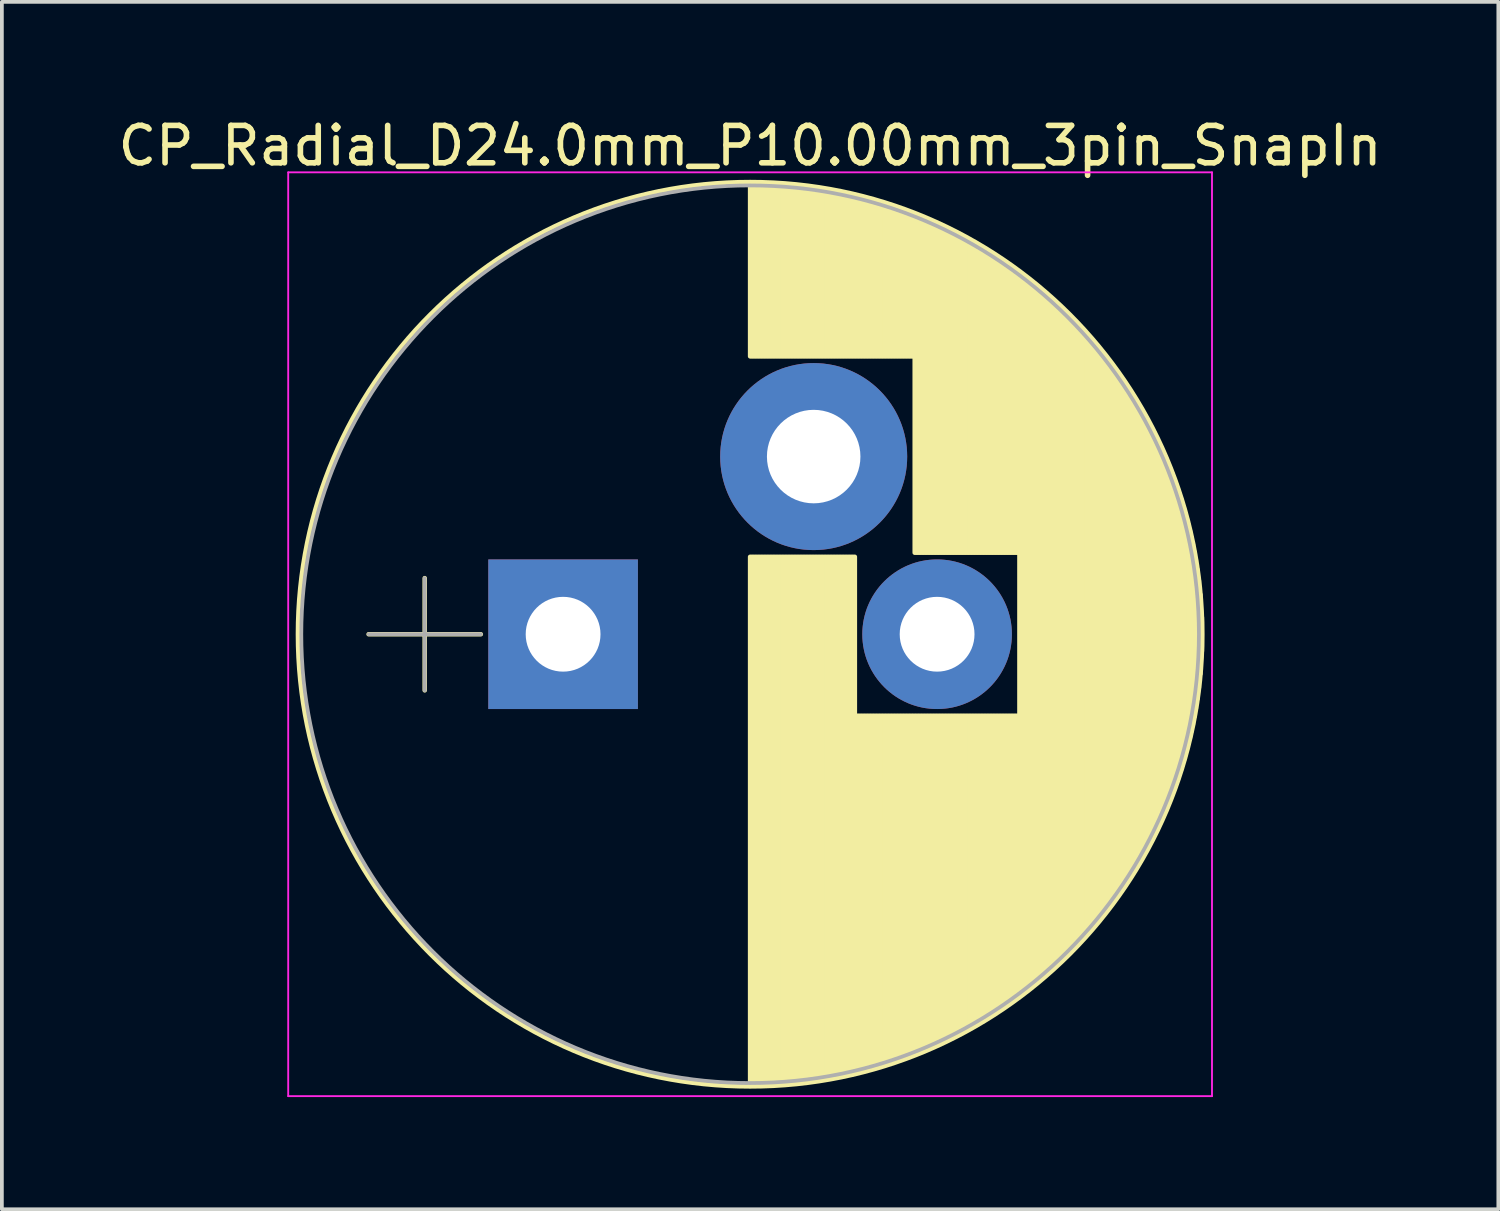
<source format=kicad_pcb>
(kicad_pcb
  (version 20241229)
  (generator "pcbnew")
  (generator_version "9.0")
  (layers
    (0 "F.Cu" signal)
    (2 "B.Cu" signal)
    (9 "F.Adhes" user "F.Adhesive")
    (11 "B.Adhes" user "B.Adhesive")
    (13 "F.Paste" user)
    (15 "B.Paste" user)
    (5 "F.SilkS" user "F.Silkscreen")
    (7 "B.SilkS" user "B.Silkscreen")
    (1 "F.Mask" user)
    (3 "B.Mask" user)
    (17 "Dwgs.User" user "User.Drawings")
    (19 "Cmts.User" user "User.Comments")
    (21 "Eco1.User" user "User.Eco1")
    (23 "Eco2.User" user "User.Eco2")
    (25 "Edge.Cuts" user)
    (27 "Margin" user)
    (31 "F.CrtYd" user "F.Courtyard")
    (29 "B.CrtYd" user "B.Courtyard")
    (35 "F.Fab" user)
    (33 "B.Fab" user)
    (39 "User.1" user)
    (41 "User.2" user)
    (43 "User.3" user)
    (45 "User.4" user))
  (footprint "CP_Radial_D24.0mm_P10.00mm_3pin_SnapIn"
    (layer "F.Cu")
    (at 12.006 13.908)
    (property "Reference" "CP_Radial_D24.0mm_P10.00mm_3pin_SnapIn" (at 5 -13.06 0) (layer "F.SilkS") (effects (font (size 1 1) (thickness 0.15))))
    (attr through_hole)
    (fp_line (start -5.2 0) (end -2.2 0) (stroke (width 0.12) (type solid)) (layer "F.SilkS"))
    (fp_line (start -3.7 -1.5) (end -3.7 1.5) (stroke (width 0.12) (type solid)) (layer "F.SilkS"))
    (fp_line (start 5 -12.05) (end 5 -7.43) (stroke (width 0.12) (type solid)) (layer "F.SilkS"))
    (fp_line (start 5 -2.07) (end 5 12.05) (stroke (width 0.12) (type solid)) (layer "F.SilkS"))
    (fp_line (start 5.04 -12.05) (end 5.04 -7.43) (stroke (width 0.12) (type solid)) (layer "F.SilkS"))
    (fp_line (start 5.04 -2.07) (end 5.04 12.05) (stroke (width 0.12) (type solid)) (layer "F.SilkS"))
    (fp_line (start 5.08 -12.05) (end 5.08 -7.43) (stroke (width 0.12) (type solid)) (layer "F.SilkS"))
    (fp_line (start 5.08 -2.07) (end 5.08 12.05) (stroke (width 0.12) (type solid)) (layer "F.SilkS"))
    (fp_line (start 5.12 -12.05) (end 5.12 -7.43) (stroke (width 0.12) (type solid)) (layer "F.SilkS"))
    (fp_line (start 5.12 -2.07) (end 5.12 12.05) (stroke (width 0.12) (type solid)) (layer "F.SilkS"))
    (fp_line (start 5.16 -12.049) (end 5.16 -7.43) (stroke (width 0.12) (type solid)) (layer "F.SilkS"))
    (fp_line (start 5.16 -2.07) (end 5.16 12.049) (stroke (width 0.12) (type solid)) (layer "F.SilkS"))
    (fp_line (start 5.2 -12.049) (end 5.2 -7.43) (stroke (width 0.12) (type solid)) (layer "F.SilkS"))
    (fp_line (start 5.2 -2.07) (end 5.2 12.049) (stroke (width 0.12) (type solid)) (layer "F.SilkS"))
    (fp_line (start 5.24 -12.048) (end 5.24 -7.43) (stroke (width 0.12) (type solid)) (layer "F.SilkS"))
    (fp_line (start 5.24 -2.07) (end 5.24 12.048) (stroke (width 0.12) (type solid)) (layer "F.SilkS"))
    (fp_line (start 5.28 -12.047) (end 5.28 -7.43) (stroke (width 0.12) (type solid)) (layer "F.SilkS"))
    (fp_line (start 5.28 -2.07) (end 5.28 12.047) (stroke (width 0.12) (type solid)) (layer "F.SilkS"))
    (fp_line (start 5.32 -12.046) (end 5.32 -7.43) (stroke (width 0.12) (type solid)) (layer "F.SilkS"))
    (fp_line (start 5.32 -2.07) (end 5.32 12.046) (stroke (width 0.12) (type solid)) (layer "F.SilkS"))
    (fp_line (start 5.36 -12.045) (end 5.36 -7.43) (stroke (width 0.12) (type solid)) (layer "F.SilkS"))
    (fp_line (start 5.36 -2.07) (end 5.36 12.045) (stroke (width 0.12) (type solid)) (layer "F.SilkS"))
    (fp_line (start 5.4 -12.044) (end 5.4 -7.43) (stroke (width 0.12) (type solid)) (layer "F.SilkS"))
    (fp_line (start 5.4 -2.07) (end 5.4 12.044) (stroke (width 0.12) (type solid)) (layer "F.SilkS"))
    (fp_line (start 5.44 -12.042) (end 5.44 -7.43) (stroke (width 0.12) (type solid)) (layer "F.SilkS"))
    (fp_line (start 5.44 -2.07) (end 5.44 12.042) (stroke (width 0.12) (type solid)) (layer "F.SilkS"))
    (fp_line (start 5.48 -12.041) (end 5.48 -7.43) (stroke (width 0.12) (type solid)) (layer "F.SilkS"))
    (fp_line (start 5.48 -2.07) (end 5.48 12.041) (stroke (width 0.12) (type solid)) (layer "F.SilkS"))
    (fp_line (start 5.52 -12.039) (end 5.52 -7.43) (stroke (width 0.12) (type solid)) (layer "F.SilkS"))
    (fp_line (start 5.52 -2.07) (end 5.52 12.039) (stroke (width 0.12) (type solid)) (layer "F.SilkS"))
    (fp_line (start 5.56 -12.038) (end 5.56 -7.43) (stroke (width 0.12) (type solid)) (layer "F.SilkS"))
    (fp_line (start 5.56 -2.07) (end 5.56 12.038) (stroke (width 0.12) (type solid)) (layer "F.SilkS"))
    (fp_line (start 5.6 -12.036) (end 5.6 -7.43) (stroke (width 0.12) (type solid)) (layer "F.SilkS"))
    (fp_line (start 5.6 -2.07) (end 5.6 12.036) (stroke (width 0.12) (type solid)) (layer "F.SilkS"))
    (fp_line (start 5.64 -12.034) (end 5.64 -7.43) (stroke (width 0.12) (type solid)) (layer "F.SilkS"))
    (fp_line (start 5.64 -2.07) (end 5.64 12.034) (stroke (width 0.12) (type solid)) (layer "F.SilkS"))
    (fp_line (start 5.68 -12.031) (end 5.68 -7.43) (stroke (width 0.12) (type solid)) (layer "F.SilkS"))
    (fp_line (start 5.68 -2.07) (end 5.68 12.031) (stroke (width 0.12) (type solid)) (layer "F.SilkS"))
    (fp_line (start 5.721 -12.029) (end 5.721 -7.43) (stroke (width 0.12) (type solid)) (layer "F.SilkS"))
    (fp_line (start 5.721 -2.07) (end 5.721 12.029) (stroke (width 0.12) (type solid)) (layer "F.SilkS"))
    (fp_line (start 5.761 -12.027) (end 5.761 -7.43) (stroke (width 0.12) (type solid)) (layer "F.SilkS"))
    (fp_line (start 5.761 -2.07) (end 5.761 12.027) (stroke (width 0.12) (type solid)) (layer "F.SilkS"))
    (fp_line (start 5.801 -12.024) (end 5.801 -7.43) (stroke (width 0.12) (type solid)) (layer "F.SilkS"))
    (fp_line (start 5.801 -2.07) (end 5.801 12.024) (stroke (width 0.12) (type solid)) (layer "F.SilkS"))
    (fp_line (start 5.841 -12.021) (end 5.841 -7.43) (stroke (width 0.12) (type solid)) (layer "F.SilkS"))
    (fp_line (start 5.841 -2.07) (end 5.841 12.021) (stroke (width 0.12) (type solid)) (layer "F.SilkS"))
    (fp_line (start 5.881 -12.018) (end 5.881 -7.43) (stroke (width 0.12) (type solid)) (layer "F.SilkS"))
    (fp_line (start 5.881 -2.07) (end 5.881 12.018) (stroke (width 0.12) (type solid)) (layer "F.SilkS"))
    (fp_line (start 5.921 -12.015) (end 5.921 -7.43) (stroke (width 0.12) (type solid)) (layer "F.SilkS"))
    (fp_line (start 5.921 -2.07) (end 5.921 12.015) (stroke (width 0.12) (type solid)) (layer "F.SilkS"))
    (fp_line (start 5.961 -12.012) (end 5.961 -7.43) (stroke (width 0.12) (type solid)) (layer "F.SilkS"))
    (fp_line (start 5.961 -2.07) (end 5.961 12.012) (stroke (width 0.12) (type solid)) (layer "F.SilkS"))
    (fp_line (start 6.001 -12.009) (end 6.001 -7.43) (stroke (width 0.12) (type solid)) (layer "F.SilkS"))
    (fp_line (start 6.001 -2.07) (end 6.001 12.009) (stroke (width 0.12) (type solid)) (layer "F.SilkS"))
    (fp_line (start 6.041 -12.006) (end 6.041 -7.43) (stroke (width 0.12) (type solid)) (layer "F.SilkS"))
    (fp_line (start 6.041 -2.07) (end 6.041 12.006) (stroke (width 0.12) (type solid)) (layer "F.SilkS"))
    (fp_line (start 6.081 -12.002) (end 6.081 -7.43) (stroke (width 0.12) (type solid)) (layer "F.SilkS"))
    (fp_line (start 6.081 -2.07) (end 6.081 12.002) (stroke (width 0.12) (type solid)) (layer "F.SilkS"))
    (fp_line (start 6.121 -11.999) (end 6.121 -7.43) (stroke (width 0.12) (type solid)) (layer "F.SilkS"))
    (fp_line (start 6.121 -2.07) (end 6.121 11.999) (stroke (width 0.12) (type solid)) (layer "F.SilkS"))
    (fp_line (start 6.161 -11.995) (end 6.161 -7.43) (stroke (width 0.12) (type solid)) (layer "F.SilkS"))
    (fp_line (start 6.161 -2.07) (end 6.161 11.995) (stroke (width 0.12) (type solid)) (layer "F.SilkS"))
    (fp_line (start 6.201 -11.991) (end 6.201 -7.43) (stroke (width 0.12) (type solid)) (layer "F.SilkS"))
    (fp_line (start 6.201 -2.07) (end 6.201 11.991) (stroke (width 0.12) (type solid)) (layer "F.SilkS"))
    (fp_line (start 6.241 -11.987) (end 6.241 -7.43) (stroke (width 0.12) (type solid)) (layer "F.SilkS"))
    (fp_line (start 6.241 -2.07) (end 6.241 11.987) (stroke (width 0.12) (type solid)) (layer "F.SilkS"))
    (fp_line (start 6.281 -11.983) (end 6.281 -7.43) (stroke (width 0.12) (type solid)) (layer "F.SilkS"))
    (fp_line (start 6.281 -2.07) (end 6.281 11.983) (stroke (width 0.12) (type solid)) (layer "F.SilkS"))
    (fp_line (start 6.321 -11.978) (end 6.321 -7.43) (stroke (width 0.12) (type solid)) (layer "F.SilkS"))
    (fp_line (start 6.321 -2.07) (end 6.321 11.978) (stroke (width 0.12) (type solid)) (layer "F.SilkS"))
    (fp_line (start 6.361 -11.974) (end 6.361 -7.43) (stroke (width 0.12) (type solid)) (layer "F.SilkS"))
    (fp_line (start 6.361 -2.07) (end 6.361 11.974) (stroke (width 0.12) (type solid)) (layer "F.SilkS"))
    (fp_line (start 6.401 -11.969) (end 6.401 -7.43) (stroke (width 0.12) (type solid)) (layer "F.SilkS"))
    (fp_line (start 6.401 -2.07) (end 6.401 11.969) (stroke (width 0.12) (type solid)) (layer "F.SilkS"))
    (fp_line (start 6.441 -11.964) (end 6.441 -7.43) (stroke (width 0.12) (type solid)) (layer "F.SilkS"))
    (fp_line (start 6.441 -2.07) (end 6.441 11.964) (stroke (width 0.12) (type solid)) (layer "F.SilkS"))
    (fp_line (start 6.481 -11.96) (end 6.481 -7.43) (stroke (width 0.12) (type solid)) (layer "F.SilkS"))
    (fp_line (start 6.481 -2.07) (end 6.481 11.96) (stroke (width 0.12) (type solid)) (layer "F.SilkS"))
    (fp_line (start 6.521 -11.955) (end 6.521 -7.43) (stroke (width 0.12) (type solid)) (layer "F.SilkS"))
    (fp_line (start 6.521 -2.07) (end 6.521 11.955) (stroke (width 0.12) (type solid)) (layer "F.SilkS"))
    (fp_line (start 6.561 -11.949) (end 6.561 -7.43) (stroke (width 0.12) (type solid)) (layer "F.SilkS"))
    (fp_line (start 6.561 -2.07) (end 6.561 11.949) (stroke (width 0.12) (type solid)) (layer "F.SilkS"))
    (fp_line (start 6.601 -11.944) (end 6.601 -7.43) (stroke (width 0.12) (type solid)) (layer "F.SilkS"))
    (fp_line (start 6.601 -2.07) (end 6.601 11.944) (stroke (width 0.12) (type solid)) (layer "F.SilkS"))
    (fp_line (start 6.641 -11.939) (end 6.641 -7.43) (stroke (width 0.12) (type solid)) (layer "F.SilkS"))
    (fp_line (start 6.641 -2.07) (end 6.641 11.939) (stroke (width 0.12) (type solid)) (layer "F.SilkS"))
    (fp_line (start 6.681 -11.933) (end 6.681 -7.43) (stroke (width 0.12) (type solid)) (layer "F.SilkS"))
    (fp_line (start 6.681 -2.07) (end 6.681 11.933) (stroke (width 0.12) (type solid)) (layer "F.SilkS"))
    (fp_line (start 6.721 -11.928) (end 6.721 -7.43) (stroke (width 0.12) (type solid)) (layer "F.SilkS"))
    (fp_line (start 6.721 -2.07) (end 6.721 11.928) (stroke (width 0.12) (type solid)) (layer "F.SilkS"))
    (fp_line (start 6.761 -11.922) (end 6.761 -7.43) (stroke (width 0.12) (type solid)) (layer "F.SilkS"))
    (fp_line (start 6.761 -2.07) (end 6.761 11.922) (stroke (width 0.12) (type solid)) (layer "F.SilkS"))
    (fp_line (start 6.801 -11.916) (end 6.801 -7.43) (stroke (width 0.12) (type solid)) (layer "F.SilkS"))
    (fp_line (start 6.801 -2.07) (end 6.801 11.916) (stroke (width 0.12) (type solid)) (layer "F.SilkS"))
    (fp_line (start 6.841 -11.91) (end 6.841 -7.43) (stroke (width 0.12) (type solid)) (layer "F.SilkS"))
    (fp_line (start 6.841 -2.07) (end 6.841 11.91) (stroke (width 0.12) (type solid)) (layer "F.SilkS"))
    (fp_line (start 6.881 -11.903) (end 6.881 -7.43) (stroke (width 0.12) (type solid)) (layer "F.SilkS"))
    (fp_line (start 6.881 -2.07) (end 6.881 11.903) (stroke (width 0.12) (type solid)) (layer "F.SilkS"))
    (fp_line (start 6.921 -11.897) (end 6.921 -7.43) (stroke (width 0.12) (type solid)) (layer "F.SilkS"))
    (fp_line (start 6.921 -2.07) (end 6.921 11.897) (stroke (width 0.12) (type solid)) (layer "F.SilkS"))
    (fp_line (start 6.961 -11.891) (end 6.961 -7.43) (stroke (width 0.12) (type solid)) (layer "F.SilkS"))
    (fp_line (start 6.961 -2.07) (end 6.961 11.891) (stroke (width 0.12) (type solid)) (layer "F.SilkS"))
    (fp_line (start 7.001 -11.884) (end 7.001 -7.43) (stroke (width 0.12) (type solid)) (layer "F.SilkS"))
    (fp_line (start 7.001 -2.07) (end 7.001 11.884) (stroke (width 0.12) (type solid)) (layer "F.SilkS"))
    (fp_line (start 7.041 -11.877) (end 7.041 -7.43) (stroke (width 0.12) (type solid)) (layer "F.SilkS"))
    (fp_line (start 7.041 -2.07) (end 7.041 11.877) (stroke (width 0.12) (type solid)) (layer "F.SilkS"))
    (fp_line (start 7.081 -11.87) (end 7.081 -7.43) (stroke (width 0.12) (type solid)) (layer "F.SilkS"))
    (fp_line (start 7.081 -2.07) (end 7.081 11.87) (stroke (width 0.12) (type solid)) (layer "F.SilkS"))
    (fp_line (start 7.121 -11.863) (end 7.121 -7.43) (stroke (width 0.12) (type solid)) (layer "F.SilkS"))
    (fp_line (start 7.121 -2.07) (end 7.121 11.863) (stroke (width 0.12) (type solid)) (layer "F.SilkS"))
    (fp_line (start 7.161 -11.856) (end 7.161 -7.43) (stroke (width 0.12) (type solid)) (layer "F.SilkS"))
    (fp_line (start 7.161 -2.07) (end 7.161 11.856) (stroke (width 0.12) (type solid)) (layer "F.SilkS"))
    (fp_line (start 7.201 -11.849) (end 7.201 -7.43) (stroke (width 0.12) (type solid)) (layer "F.SilkS"))
    (fp_line (start 7.201 -2.07) (end 7.201 11.849) (stroke (width 0.12) (type solid)) (layer "F.SilkS"))
    (fp_line (start 7.241 -11.841) (end 7.241 -7.43) (stroke (width 0.12) (type solid)) (layer "F.SilkS"))
    (fp_line (start 7.241 -2.07) (end 7.241 11.841) (stroke (width 0.12) (type solid)) (layer "F.SilkS"))
    (fp_line (start 7.281 -11.834) (end 7.281 -7.43) (stroke (width 0.12) (type solid)) (layer "F.SilkS"))
    (fp_line (start 7.281 -2.07) (end 7.281 11.834) (stroke (width 0.12) (type solid)) (layer "F.SilkS"))
    (fp_line (start 7.321 -11.826) (end 7.321 -7.43) (stroke (width 0.12) (type solid)) (layer "F.SilkS"))
    (fp_line (start 7.321 -2.07) (end 7.321 11.826) (stroke (width 0.12) (type solid)) (layer "F.SilkS"))
    (fp_line (start 7.361 -11.818) (end 7.361 -7.43) (stroke (width 0.12) (type solid)) (layer "F.SilkS"))
    (fp_line (start 7.361 -2.07) (end 7.361 11.818) (stroke (width 0.12) (type solid)) (layer "F.SilkS"))
    (fp_line (start 7.401 -11.81) (end 7.401 -7.43) (stroke (width 0.12) (type solid)) (layer "F.SilkS"))
    (fp_line (start 7.401 -2.07) (end 7.401 11.81) (stroke (width 0.12) (type solid)) (layer "F.SilkS"))
    (fp_line (start 7.441 -11.802) (end 7.441 -7.43) (stroke (width 0.12) (type solid)) (layer "F.SilkS"))
    (fp_line (start 7.441 -2.07) (end 7.441 11.802) (stroke (width 0.12) (type solid)) (layer "F.SilkS"))
    (fp_line (start 7.481 -11.793) (end 7.481 -7.43) (stroke (width 0.12) (type solid)) (layer "F.SilkS"))
    (fp_line (start 7.481 -2.07) (end 7.481 11.793) (stroke (width 0.12) (type solid)) (layer "F.SilkS"))
    (fp_line (start 7.521 -11.785) (end 7.521 -7.43) (stroke (width 0.12) (type solid)) (layer "F.SilkS"))
    (fp_line (start 7.521 -2.07) (end 7.521 11.785) (stroke (width 0.12) (type solid)) (layer "F.SilkS"))
    (fp_line (start 7.561 -11.776) (end 7.561 -7.43) (stroke (width 0.12) (type solid)) (layer "F.SilkS"))
    (fp_line (start 7.561 -2.07) (end 7.561 11.776) (stroke (width 0.12) (type solid)) (layer "F.SilkS"))
    (fp_line (start 7.601 -11.768) (end 7.601 -7.43) (stroke (width 0.12) (type solid)) (layer "F.SilkS"))
    (fp_line (start 7.601 -2.07) (end 7.601 11.768) (stroke (width 0.12) (type solid)) (layer "F.SilkS"))
    (fp_line (start 7.641 -11.759) (end 7.641 -7.43) (stroke (width 0.12) (type solid)) (layer "F.SilkS"))
    (fp_line (start 7.641 -2.07) (end 7.641 11.759) (stroke (width 0.12) (type solid)) (layer "F.SilkS"))
    (fp_line (start 7.681 -11.75) (end 7.681 -7.43) (stroke (width 0.12) (type solid)) (layer "F.SilkS"))
    (fp_line (start 7.681 -2.07) (end 7.681 11.75) (stroke (width 0.12) (type solid)) (layer "F.SilkS"))
    (fp_line (start 7.721 -11.741) (end 7.721 -7.43) (stroke (width 0.12) (type solid)) (layer "F.SilkS"))
    (fp_line (start 7.721 -2.07) (end 7.721 11.741) (stroke (width 0.12) (type solid)) (layer "F.SilkS"))
    (fp_line (start 7.761 -11.731) (end 7.761 -7.43) (stroke (width 0.12) (type solid)) (layer "F.SilkS"))
    (fp_line (start 7.761 -2.07) (end 7.761 11.731) (stroke (width 0.12) (type solid)) (layer "F.SilkS"))
    (fp_line (start 7.801 -11.722) (end 7.801 -7.43) (stroke (width 0.12) (type solid)) (layer "F.SilkS"))
    (fp_line (start 7.801 -2.07) (end 7.801 11.722) (stroke (width 0.12) (type solid)) (layer "F.SilkS"))
    (fp_line (start 7.841 -11.712) (end 7.841 -7.43) (stroke (width 0.12) (type solid)) (layer "F.SilkS"))
    (fp_line (start 7.841 2.18) (end 7.841 11.712) (stroke (width 0.12) (type solid)) (layer "F.SilkS"))
    (fp_line (start 7.881 -11.702) (end 7.881 -7.43) (stroke (width 0.12) (type solid)) (layer "F.SilkS"))
    (fp_line (start 7.881 2.18) (end 7.881 11.702) (stroke (width 0.12) (type solid)) (layer "F.SilkS"))
    (fp_line (start 7.921 -11.693) (end 7.921 -7.43) (stroke (width 0.12) (type solid)) (layer "F.SilkS"))
    (fp_line (start 7.921 2.18) (end 7.921 11.693) (stroke (width 0.12) (type solid)) (layer "F.SilkS"))
    (fp_line (start 7.961 -11.683) (end 7.961 -7.43) (stroke (width 0.12) (type solid)) (layer "F.SilkS"))
    (fp_line (start 7.961 2.18) (end 7.961 11.683) (stroke (width 0.12) (type solid)) (layer "F.SilkS"))
    (fp_line (start 8.001 -11.672) (end 8.001 -7.43) (stroke (width 0.12) (type solid)) (layer "F.SilkS"))
    (fp_line (start 8.001 2.18) (end 8.001 11.672) (stroke (width 0.12) (type solid)) (layer "F.SilkS"))
    (fp_line (start 8.041 -11.662) (end 8.041 -7.43) (stroke (width 0.12) (type solid)) (layer "F.SilkS"))
    (fp_line (start 8.041 2.18) (end 8.041 11.662) (stroke (width 0.12) (type solid)) (layer "F.SilkS"))
    (fp_line (start 8.081 -11.652) (end 8.081 -7.43) (stroke (width 0.12) (type solid)) (layer "F.SilkS"))
    (fp_line (start 8.081 2.18) (end 8.081 11.652) (stroke (width 0.12) (type solid)) (layer "F.SilkS"))
    (fp_line (start 8.121 -11.641) (end 8.121 -7.43) (stroke (width 0.12) (type solid)) (layer "F.SilkS"))
    (fp_line (start 8.121 2.18) (end 8.121 11.641) (stroke (width 0.12) (type solid)) (layer "F.SilkS"))
    (fp_line (start 8.161 -11.63) (end 8.161 -7.43) (stroke (width 0.12) (type solid)) (layer "F.SilkS"))
    (fp_line (start 8.161 2.18) (end 8.161 11.63) (stroke (width 0.12) (type solid)) (layer "F.SilkS"))
    (fp_line (start 8.201 -11.619) (end 8.201 -7.43) (stroke (width 0.12) (type solid)) (layer "F.SilkS"))
    (fp_line (start 8.201 2.18) (end 8.201 11.619) (stroke (width 0.12) (type solid)) (layer "F.SilkS"))
    (fp_line (start 8.241 -11.608) (end 8.241 -7.43) (stroke (width 0.12) (type solid)) (layer "F.SilkS"))
    (fp_line (start 8.241 2.18) (end 8.241 11.608) (stroke (width 0.12) (type solid)) (layer "F.SilkS"))
    (fp_line (start 8.281 -11.597) (end 8.281 -7.43) (stroke (width 0.12) (type solid)) (layer "F.SilkS"))
    (fp_line (start 8.281 2.18) (end 8.281 11.597) (stroke (width 0.12) (type solid)) (layer "F.SilkS"))
    (fp_line (start 8.321 -11.586) (end 8.321 -7.43) (stroke (width 0.12) (type solid)) (layer "F.SilkS"))
    (fp_line (start 8.321 2.18) (end 8.321 11.586) (stroke (width 0.12) (type solid)) (layer "F.SilkS"))
    (fp_line (start 8.361 -11.574) (end 8.361 -7.43) (stroke (width 0.12) (type solid)) (layer "F.SilkS"))
    (fp_line (start 8.361 2.18) (end 8.361 11.574) (stroke (width 0.12) (type solid)) (layer "F.SilkS"))
    (fp_line (start 8.401 -11.563) (end 8.401 -7.43) (stroke (width 0.12) (type solid)) (layer "F.SilkS"))
    (fp_line (start 8.401 2.18) (end 8.401 11.563) (stroke (width 0.12) (type solid)) (layer "F.SilkS"))
    (fp_line (start 8.441 -11.551) (end 8.441 -7.43) (stroke (width 0.12) (type solid)) (layer "F.SilkS"))
    (fp_line (start 8.441 2.18) (end 8.441 11.551) (stroke (width 0.12) (type solid)) (layer "F.SilkS"))
    (fp_line (start 8.481 -11.539) (end 8.481 -7.43) (stroke (width 0.12) (type solid)) (layer "F.SilkS"))
    (fp_line (start 8.481 2.18) (end 8.481 11.539) (stroke (width 0.12) (type solid)) (layer "F.SilkS"))
    (fp_line (start 8.521 -11.527) (end 8.521 -7.43) (stroke (width 0.12) (type solid)) (layer "F.SilkS"))
    (fp_line (start 8.521 2.18) (end 8.521 11.527) (stroke (width 0.12) (type solid)) (layer "F.SilkS"))
    (fp_line (start 8.561 -11.514) (end 8.561 -7.43) (stroke (width 0.12) (type solid)) (layer "F.SilkS"))
    (fp_line (start 8.561 2.18) (end 8.561 11.514) (stroke (width 0.12) (type solid)) (layer "F.SilkS"))
    (fp_line (start 8.601 -11.502) (end 8.601 -7.43) (stroke (width 0.12) (type solid)) (layer "F.SilkS"))
    (fp_line (start 8.601 2.18) (end 8.601 11.502) (stroke (width 0.12) (type solid)) (layer "F.SilkS"))
    (fp_line (start 8.641 -11.49) (end 8.641 -7.43) (stroke (width 0.12) (type solid)) (layer "F.SilkS"))
    (fp_line (start 8.641 2.18) (end 8.641 11.49) (stroke (width 0.12) (type solid)) (layer "F.SilkS"))
    (fp_line (start 8.681 -11.477) (end 8.681 -7.43) (stroke (width 0.12) (type solid)) (layer "F.SilkS"))
    (fp_line (start 8.681 2.18) (end 8.681 11.477) (stroke (width 0.12) (type solid)) (layer "F.SilkS"))
    (fp_line (start 8.721 -11.464) (end 8.721 -7.43) (stroke (width 0.12) (type solid)) (layer "F.SilkS"))
    (fp_line (start 8.721 2.18) (end 8.721 11.464) (stroke (width 0.12) (type solid)) (layer "F.SilkS"))
    (fp_line (start 8.761 -11.451) (end 8.761 -7.43) (stroke (width 0.12) (type solid)) (layer "F.SilkS"))
    (fp_line (start 8.761 2.18) (end 8.761 11.451) (stroke (width 0.12) (type solid)) (layer "F.SilkS"))
    (fp_line (start 8.801 -11.438) (end 8.801 -7.43) (stroke (width 0.12) (type solid)) (layer "F.SilkS"))
    (fp_line (start 8.801 2.18) (end 8.801 11.438) (stroke (width 0.12) (type solid)) (layer "F.SilkS"))
    (fp_line (start 8.841 -11.424) (end 8.841 -7.43) (stroke (width 0.12) (type solid)) (layer "F.SilkS"))
    (fp_line (start 8.841 2.18) (end 8.841 11.424) (stroke (width 0.12) (type solid)) (layer "F.SilkS"))
    (fp_line (start 8.881 -11.411) (end 8.881 -7.43) (stroke (width 0.12) (type solid)) (layer "F.SilkS"))
    (fp_line (start 8.881 2.18) (end 8.881 11.411) (stroke (width 0.12) (type solid)) (layer "F.SilkS"))
    (fp_line (start 8.921 -11.397) (end 8.921 -7.43) (stroke (width 0.12) (type solid)) (layer "F.SilkS"))
    (fp_line (start 8.921 2.18) (end 8.921 11.397) (stroke (width 0.12) (type solid)) (layer "F.SilkS"))
    (fp_line (start 8.961 -11.384) (end 8.961 -7.43) (stroke (width 0.12) (type solid)) (layer "F.SilkS"))
    (fp_line (start 8.961 2.18) (end 8.961 11.384) (stroke (width 0.12) (type solid)) (layer "F.SilkS"))
    (fp_line (start 9.001 -11.37) (end 9.001 -7.43) (stroke (width 0.12) (type solid)) (layer "F.SilkS"))
    (fp_line (start 9.001 2.18) (end 9.001 11.37) (stroke (width 0.12) (type solid)) (layer "F.SilkS"))
    (fp_line (start 9.041 -11.356) (end 9.041 -7.43) (stroke (width 0.12) (type solid)) (layer "F.SilkS"))
    (fp_line (start 9.041 2.18) (end 9.041 11.356) (stroke (width 0.12) (type solid)) (layer "F.SilkS"))
    (fp_line (start 9.081 -11.341) (end 9.081 -7.43) (stroke (width 0.12) (type solid)) (layer "F.SilkS"))
    (fp_line (start 9.081 2.18) (end 9.081 11.341) (stroke (width 0.12) (type solid)) (layer "F.SilkS"))
    (fp_line (start 9.121 -11.327) (end 9.121 -7.43) (stroke (width 0.12) (type solid)) (layer "F.SilkS"))
    (fp_line (start 9.121 2.18) (end 9.121 11.327) (stroke (width 0.12) (type solid)) (layer "F.SilkS"))
    (fp_line (start 9.161 -11.312) (end 9.161 -7.43) (stroke (width 0.12) (type solid)) (layer "F.SilkS"))
    (fp_line (start 9.161 2.18) (end 9.161 11.312) (stroke (width 0.12) (type solid)) (layer "F.SilkS"))
    (fp_line (start 9.201 -11.298) (end 9.201 -7.43) (stroke (width 0.12) (type solid)) (layer "F.SilkS"))
    (fp_line (start 9.201 2.18) (end 9.201 11.298) (stroke (width 0.12) (type solid)) (layer "F.SilkS"))
    (fp_line (start 9.241 -11.283) (end 9.241 -7.43) (stroke (width 0.12) (type solid)) (layer "F.SilkS"))
    (fp_line (start 9.241 2.18) (end 9.241 11.283) (stroke (width 0.12) (type solid)) (layer "F.SilkS"))
    (fp_line (start 9.281 -11.268) (end 9.281 -7.43) (stroke (width 0.12) (type solid)) (layer "F.SilkS"))
    (fp_line (start 9.281 2.18) (end 9.281 11.268) (stroke (width 0.12) (type solid)) (layer "F.SilkS"))
    (fp_line (start 9.321 -11.252) (end 9.321 -7.43) (stroke (width 0.12) (type solid)) (layer "F.SilkS"))
    (fp_line (start 9.321 2.18) (end 9.321 11.252) (stroke (width 0.12) (type solid)) (layer "F.SilkS"))
    (fp_line (start 9.361 -11.237) (end 9.361 -7.43) (stroke (width 0.12) (type solid)) (layer "F.SilkS"))
    (fp_line (start 9.361 2.18) (end 9.361 11.237) (stroke (width 0.12) (type solid)) (layer "F.SilkS"))
    (fp_line (start 9.401 -11.221) (end 9.401 -2.18) (stroke (width 0.12) (type solid)) (layer "F.SilkS"))
    (fp_line (start 9.401 2.18) (end 9.401 11.221) (stroke (width 0.12) (type solid)) (layer "F.SilkS"))
    (fp_line (start 9.441 -11.206) (end 9.441 -2.18) (stroke (width 0.12) (type solid)) (layer "F.SilkS"))
    (fp_line (start 9.441 2.18) (end 9.441 11.206) (stroke (width 0.12) (type solid)) (layer "F.SilkS"))
    (fp_line (start 9.481 -11.19) (end 9.481 -2.18) (stroke (width 0.12) (type solid)) (layer "F.SilkS"))
    (fp_line (start 9.481 2.18) (end 9.481 11.19) (stroke (width 0.12) (type solid)) (layer "F.SilkS"))
    (fp_line (start 9.521 -11.174) (end 9.521 -2.18) (stroke (width 0.12) (type solid)) (layer "F.SilkS"))
    (fp_line (start 9.521 2.18) (end 9.521 11.174) (stroke (width 0.12) (type solid)) (layer "F.SilkS"))
    (fp_line (start 9.561 -11.158) (end 9.561 -2.18) (stroke (width 0.12) (type solid)) (layer "F.SilkS"))
    (fp_line (start 9.561 2.18) (end 9.561 11.158) (stroke (width 0.12) (type solid)) (layer "F.SilkS"))
    (fp_line (start 9.601 -11.141) (end 9.601 -2.18) (stroke (width 0.12) (type solid)) (layer "F.SilkS"))
    (fp_line (start 9.601 2.18) (end 9.601 11.141) (stroke (width 0.12) (type solid)) (layer "F.SilkS"))
    (fp_line (start 9.641 -11.125) (end 9.641 -2.18) (stroke (width 0.12) (type solid)) (layer "F.SilkS"))
    (fp_line (start 9.641 2.18) (end 9.641 11.125) (stroke (width 0.12) (type solid)) (layer "F.SilkS"))
    (fp_line (start 9.681 -11.108) (end 9.681 -2.18) (stroke (width 0.12) (type solid)) (layer "F.SilkS"))
    (fp_line (start 9.681 2.18) (end 9.681 11.108) (stroke (width 0.12) (type solid)) (layer "F.SilkS"))
    (fp_line (start 9.721 -11.091) (end 9.721 -2.18) (stroke (width 0.12) (type solid)) (layer "F.SilkS"))
    (fp_line (start 9.721 2.18) (end 9.721 11.091) (stroke (width 0.12) (type solid)) (layer "F.SilkS"))
    (fp_line (start 9.761 -11.074) (end 9.761 -2.18) (stroke (width 0.12) (type solid)) (layer "F.SilkS"))
    (fp_line (start 9.761 2.18) (end 9.761 11.074) (stroke (width 0.12) (type solid)) (layer "F.SilkS"))
    (fp_line (start 9.801 -11.057) (end 9.801 -2.18) (stroke (width 0.12) (type solid)) (layer "F.SilkS"))
    (fp_line (start 9.801 2.18) (end 9.801 11.057) (stroke (width 0.12) (type solid)) (layer "F.SilkS"))
    (fp_line (start 9.841 -11.039) (end 9.841 -2.18) (stroke (width 0.12) (type solid)) (layer "F.SilkS"))
    (fp_line (start 9.841 2.18) (end 9.841 11.039) (stroke (width 0.12) (type solid)) (layer "F.SilkS"))
    (fp_line (start 9.881 -11.022) (end 9.881 -2.18) (stroke (width 0.12) (type solid)) (layer "F.SilkS"))
    (fp_line (start 9.881 2.18) (end 9.881 11.022) (stroke (width 0.12) (type solid)) (layer "F.SilkS"))
    (fp_line (start 9.921 -11.004) (end 9.921 -2.18) (stroke (width 0.12) (type solid)) (layer "F.SilkS"))
    (fp_line (start 9.921 2.18) (end 9.921 11.004) (stroke (width 0.12) (type solid)) (layer "F.SilkS"))
    (fp_line (start 9.961 -10.986) (end 9.961 -2.18) (stroke (width 0.12) (type solid)) (layer "F.SilkS"))
    (fp_line (start 9.961 2.18) (end 9.961 10.986) (stroke (width 0.12) (type solid)) (layer "F.SilkS"))
    (fp_line (start 10.001 -10.968) (end 10.001 -2.18) (stroke (width 0.12) (type solid)) (layer "F.SilkS"))
    (fp_line (start 10.001 2.18) (end 10.001 10.968) (stroke (width 0.12) (type solid)) (layer "F.SilkS"))
    (fp_line (start 10.041 -10.95) (end 10.041 -2.18) (stroke (width 0.12) (type solid)) (layer "F.SilkS"))
    (fp_line (start 10.041 2.18) (end 10.041 10.95) (stroke (width 0.12) (type solid)) (layer "F.SilkS"))
    (fp_line (start 10.081 -10.931) (end 10.081 -2.18) (stroke (width 0.12) (type solid)) (layer "F.SilkS"))
    (fp_line (start 10.081 2.18) (end 10.081 10.931) (stroke (width 0.12) (type solid)) (layer "F.SilkS"))
    (fp_line (start 10.121 -10.913) (end 10.121 -2.18) (stroke (width 0.12) (type solid)) (layer "F.SilkS"))
    (fp_line (start 10.121 2.18) (end 10.121 10.913) (stroke (width 0.12) (type solid)) (layer "F.SilkS"))
    (fp_line (start 10.161 -10.894) (end 10.161 -2.18) (stroke (width 0.12) (type solid)) (layer "F.SilkS"))
    (fp_line (start 10.161 2.18) (end 10.161 10.894) (stroke (width 0.12) (type solid)) (layer "F.SilkS"))
    (fp_line (start 10.201 -10.875) (end 10.201 -2.18) (stroke (width 0.12) (type solid)) (layer "F.SilkS"))
    (fp_line (start 10.201 2.18) (end 10.201 10.875) (stroke (width 0.12) (type solid)) (layer "F.SilkS"))
    (fp_line (start 10.241 -10.856) (end 10.241 -2.18) (stroke (width 0.12) (type solid)) (layer "F.SilkS"))
    (fp_line (start 10.241 2.18) (end 10.241 10.856) (stroke (width 0.12) (type solid)) (layer "F.SilkS"))
    (fp_line (start 10.281 -10.837) (end 10.281 -2.18) (stroke (width 0.12) (type solid)) (layer "F.SilkS"))
    (fp_line (start 10.281 2.18) (end 10.281 10.837) (stroke (width 0.12) (type solid)) (layer "F.SilkS"))
    (fp_line (start 10.321 -10.817) (end 10.321 -2.18) (stroke (width 0.12) (type solid)) (layer "F.SilkS"))
    (fp_line (start 10.321 2.18) (end 10.321 10.817) (stroke (width 0.12) (type solid)) (layer "F.SilkS"))
    (fp_line (start 10.361 -10.797) (end 10.361 -2.18) (stroke (width 0.12) (type solid)) (layer "F.SilkS"))
    (fp_line (start 10.361 2.18) (end 10.361 10.797) (stroke (width 0.12) (type solid)) (layer "F.SilkS"))
    (fp_line (start 10.401 -10.778) (end 10.401 -2.18) (stroke (width 0.12) (type solid)) (layer "F.SilkS"))
    (fp_line (start 10.401 2.18) (end 10.401 10.778) (stroke (width 0.12) (type solid)) (layer "F.SilkS"))
    (fp_line (start 10.441 -10.757) (end 10.441 -2.18) (stroke (width 0.12) (type solid)) (layer "F.SilkS"))
    (fp_line (start 10.441 2.18) (end 10.441 10.757) (stroke (width 0.12) (type solid)) (layer "F.SilkS"))
    (fp_line (start 10.481 -10.737) (end 10.481 -2.18) (stroke (width 0.12) (type solid)) (layer "F.SilkS"))
    (fp_line (start 10.481 2.18) (end 10.481 10.737) (stroke (width 0.12) (type solid)) (layer "F.SilkS"))
    (fp_line (start 10.521 -10.717) (end 10.521 -2.18) (stroke (width 0.12) (type solid)) (layer "F.SilkS"))
    (fp_line (start 10.521 2.18) (end 10.521 10.717) (stroke (width 0.12) (type solid)) (layer "F.SilkS"))
    (fp_line (start 10.561 -10.696) (end 10.561 -2.18) (stroke (width 0.12) (type solid)) (layer "F.SilkS"))
    (fp_line (start 10.561 2.18) (end 10.561 10.696) (stroke (width 0.12) (type solid)) (layer "F.SilkS"))
    (fp_line (start 10.601 -10.675) (end 10.601 -2.18) (stroke (width 0.12) (type solid)) (layer "F.SilkS"))
    (fp_line (start 10.601 2.18) (end 10.601 10.675) (stroke (width 0.12) (type solid)) (layer "F.SilkS"))
    (fp_line (start 10.641 -10.654) (end 10.641 -2.18) (stroke (width 0.12) (type solid)) (layer "F.SilkS"))
    (fp_line (start 10.641 2.18) (end 10.641 10.654) (stroke (width 0.12) (type solid)) (layer "F.SilkS"))
    (fp_line (start 10.681 -10.633) (end 10.681 -2.18) (stroke (width 0.12) (type solid)) (layer "F.SilkS"))
    (fp_line (start 10.681 2.18) (end 10.681 10.633) (stroke (width 0.12) (type solid)) (layer "F.SilkS"))
    (fp_line (start 10.721 -10.612) (end 10.721 -2.18) (stroke (width 0.12) (type solid)) (layer "F.SilkS"))
    (fp_line (start 10.721 2.18) (end 10.721 10.612) (stroke (width 0.12) (type solid)) (layer "F.SilkS"))
    (fp_line (start 10.761 -10.59) (end 10.761 -2.18) (stroke (width 0.12) (type solid)) (layer "F.SilkS"))
    (fp_line (start 10.761 2.18) (end 10.761 10.59) (stroke (width 0.12) (type solid)) (layer "F.SilkS"))
    (fp_line (start 10.801 -10.568) (end 10.801 -2.18) (stroke (width 0.12) (type solid)) (layer "F.SilkS"))
    (fp_line (start 10.801 2.18) (end 10.801 10.568) (stroke (width 0.12) (type solid)) (layer "F.SilkS"))
    (fp_line (start 10.841 -10.546) (end 10.841 -2.18) (stroke (width 0.12) (type solid)) (layer "F.SilkS"))
    (fp_line (start 10.841 2.18) (end 10.841 10.546) (stroke (width 0.12) (type solid)) (layer "F.SilkS"))
    (fp_line (start 10.881 -10.524) (end 10.881 -2.18) (stroke (width 0.12) (type solid)) (layer "F.SilkS"))
    (fp_line (start 10.881 2.18) (end 10.881 10.524) (stroke (width 0.12) (type solid)) (layer "F.SilkS"))
    (fp_line (start 10.921 -10.502) (end 10.921 -2.18) (stroke (width 0.12) (type solid)) (layer "F.SilkS"))
    (fp_line (start 10.921 2.18) (end 10.921 10.502) (stroke (width 0.12) (type solid)) (layer "F.SilkS"))
    (fp_line (start 10.961 -10.479) (end 10.961 -2.18) (stroke (width 0.12) (type solid)) (layer "F.SilkS"))
    (fp_line (start 10.961 2.18) (end 10.961 10.479) (stroke (width 0.12) (type solid)) (layer "F.SilkS"))
    (fp_line (start 11.001 -10.457) (end 11.001 -2.18) (stroke (width 0.12) (type solid)) (layer "F.SilkS"))
    (fp_line (start 11.001 2.18) (end 11.001 10.457) (stroke (width 0.12) (type solid)) (layer "F.SilkS"))
    (fp_line (start 11.041 -10.434) (end 11.041 -2.18) (stroke (width 0.12) (type solid)) (layer "F.SilkS"))
    (fp_line (start 11.041 2.18) (end 11.041 10.434) (stroke (width 0.12) (type solid)) (layer "F.SilkS"))
    (fp_line (start 11.081 -10.41) (end 11.081 -2.18) (stroke (width 0.12) (type solid)) (layer "F.SilkS"))
    (fp_line (start 11.081 2.18) (end 11.081 10.41) (stroke (width 0.12) (type solid)) (layer "F.SilkS"))
    (fp_line (start 11.121 -10.387) (end 11.121 -2.18) (stroke (width 0.12) (type solid)) (layer "F.SilkS"))
    (fp_line (start 11.121 2.18) (end 11.121 10.387) (stroke (width 0.12) (type solid)) (layer "F.SilkS"))
    (fp_line (start 11.161 -10.364) (end 11.161 -2.18) (stroke (width 0.12) (type solid)) (layer "F.SilkS"))
    (fp_line (start 11.161 2.18) (end 11.161 10.364) (stroke (width 0.12) (type solid)) (layer "F.SilkS"))
    (fp_line (start 11.201 -10.34) (end 11.201 -2.18) (stroke (width 0.12) (type solid)) (layer "F.SilkS"))
    (fp_line (start 11.201 2.18) (end 11.201 10.34) (stroke (width 0.12) (type solid)) (layer "F.SilkS"))
    (fp_line (start 11.241 -10.316) (end 11.241 -2.18) (stroke (width 0.12) (type solid)) (layer "F.SilkS"))
    (fp_line (start 11.241 2.18) (end 11.241 10.316) (stroke (width 0.12) (type solid)) (layer "F.SilkS"))
    (fp_line (start 11.281 -10.292) (end 11.281 -2.18) (stroke (width 0.12) (type solid)) (layer "F.SilkS"))
    (fp_line (start 11.281 2.18) (end 11.281 10.292) (stroke (width 0.12) (type solid)) (layer "F.SilkS"))
    (fp_line (start 11.321 -10.267) (end 11.321 -2.18) (stroke (width 0.12) (type solid)) (layer "F.SilkS"))
    (fp_line (start 11.321 2.18) (end 11.321 10.267) (stroke (width 0.12) (type solid)) (layer "F.SilkS"))
    (fp_line (start 11.361 -10.242) (end 11.361 -2.18) (stroke (width 0.12) (type solid)) (layer "F.SilkS"))
    (fp_line (start 11.361 2.18) (end 11.361 10.242) (stroke (width 0.12) (type solid)) (layer "F.SilkS"))
    (fp_line (start 11.401 -10.218) (end 11.401 -2.18) (stroke (width 0.12) (type solid)) (layer "F.SilkS"))
    (fp_line (start 11.401 2.18) (end 11.401 10.218) (stroke (width 0.12) (type solid)) (layer "F.SilkS"))
    (fp_line (start 11.441 -10.193) (end 11.441 -2.18) (stroke (width 0.12) (type solid)) (layer "F.SilkS"))
    (fp_line (start 11.441 2.18) (end 11.441 10.193) (stroke (width 0.12) (type solid)) (layer "F.SilkS"))
    (fp_line (start 11.481 -10.167) (end 11.481 -2.18) (stroke (width 0.12) (type solid)) (layer "F.SilkS"))
    (fp_line (start 11.481 2.18) (end 11.481 10.167) (stroke (width 0.12) (type solid)) (layer "F.SilkS"))
    (fp_line (start 11.521 -10.142) (end 11.521 -2.18) (stroke (width 0.12) (type solid)) (layer "F.SilkS"))
    (fp_line (start 11.521 2.18) (end 11.521 10.142) (stroke (width 0.12) (type solid)) (layer "F.SilkS"))
    (fp_line (start 11.561 -10.116) (end 11.561 -2.18) (stroke (width 0.12) (type solid)) (layer "F.SilkS"))
    (fp_line (start 11.561 2.18) (end 11.561 10.116) (stroke (width 0.12) (type solid)) (layer "F.SilkS"))
    (fp_line (start 11.601 -10.09) (end 11.601 -2.18) (stroke (width 0.12) (type solid)) (layer "F.SilkS"))
    (fp_line (start 11.601 2.18) (end 11.601 10.09) (stroke (width 0.12) (type solid)) (layer "F.SilkS"))
    (fp_line (start 11.641 -10.064) (end 11.641 -2.18) (stroke (width 0.12) (type solid)) (layer "F.SilkS"))
    (fp_line (start 11.641 2.18) (end 11.641 10.064) (stroke (width 0.12) (type solid)) (layer "F.SilkS"))
    (fp_line (start 11.681 -10.037) (end 11.681 -2.18) (stroke (width 0.12) (type solid)) (layer "F.SilkS"))
    (fp_line (start 11.681 2.18) (end 11.681 10.037) (stroke (width 0.12) (type solid)) (layer "F.SilkS"))
    (fp_line (start 11.721 -10.011) (end 11.721 -2.18) (stroke (width 0.12) (type solid)) (layer "F.SilkS"))
    (fp_line (start 11.721 2.18) (end 11.721 10.011) (stroke (width 0.12) (type solid)) (layer "F.SilkS"))
    (fp_line (start 11.761 -9.984) (end 11.761 -2.18) (stroke (width 0.12) (type solid)) (layer "F.SilkS"))
    (fp_line (start 11.761 2.18) (end 11.761 9.984) (stroke (width 0.12) (type solid)) (layer "F.SilkS"))
    (fp_line (start 11.801 -9.957) (end 11.801 -2.18) (stroke (width 0.12) (type solid)) (layer "F.SilkS"))
    (fp_line (start 11.801 2.18) (end 11.801 9.957) (stroke (width 0.12) (type solid)) (layer "F.SilkS"))
    (fp_line (start 11.841 -9.93) (end 11.841 -2.18) (stroke (width 0.12) (type solid)) (layer "F.SilkS"))
    (fp_line (start 11.841 2.18) (end 11.841 9.93) (stroke (width 0.12) (type solid)) (layer "F.SilkS"))
    (fp_line (start 11.881 -9.902) (end 11.881 -2.18) (stroke (width 0.12) (type solid)) (layer "F.SilkS"))
    (fp_line (start 11.881 2.18) (end 11.881 9.902) (stroke (width 0.12) (type solid)) (layer "F.SilkS"))
    (fp_line (start 11.921 -9.874) (end 11.921 -2.18) (stroke (width 0.12) (type solid)) (layer "F.SilkS"))
    (fp_line (start 11.921 2.18) (end 11.921 9.874) (stroke (width 0.12) (type solid)) (layer "F.SilkS"))
    (fp_line (start 11.961 -9.846) (end 11.961 -2.18) (stroke (width 0.12) (type solid)) (layer "F.SilkS"))
    (fp_line (start 11.961 2.18) (end 11.961 9.846) (stroke (width 0.12) (type solid)) (layer "F.SilkS"))
    (fp_line (start 12.001 -9.818) (end 12.001 -2.18) (stroke (width 0.12) (type solid)) (layer "F.SilkS"))
    (fp_line (start 12.001 2.18) (end 12.001 9.818) (stroke (width 0.12) (type solid)) (layer "F.SilkS"))
    (fp_line (start 12.041 -9.789) (end 12.041 -2.18) (stroke (width 0.12) (type solid)) (layer "F.SilkS"))
    (fp_line (start 12.041 2.18) (end 12.041 9.789) (stroke (width 0.12) (type solid)) (layer "F.SilkS"))
    (fp_line (start 12.081 -9.761) (end 12.081 -2.18) (stroke (width 0.12) (type solid)) (layer "F.SilkS"))
    (fp_line (start 12.081 2.18) (end 12.081 9.761) (stroke (width 0.12) (type solid)) (layer "F.SilkS"))
    (fp_line (start 12.121 -9.732) (end 12.121 -2.18) (stroke (width 0.12) (type solid)) (layer "F.SilkS"))
    (fp_line (start 12.121 2.18) (end 12.121 9.732) (stroke (width 0.12) (type solid)) (layer "F.SilkS"))
    (fp_line (start 12.161 -9.702) (end 12.161 -2.18) (stroke (width 0.12) (type solid)) (layer "F.SilkS"))
    (fp_line (start 12.161 2.18) (end 12.161 9.702) (stroke (width 0.12) (type solid)) (layer "F.SilkS"))
    (fp_line (start 12.201 -9.673) (end 12.201 9.673) (stroke (width 0.12) (type solid)) (layer "F.SilkS"))
    (fp_line (start 12.241 -9.643) (end 12.241 9.643) (stroke (width 0.12) (type solid)) (layer "F.SilkS"))
    (fp_line (start 12.281 -9.613) (end 12.281 9.613) (stroke (width 0.12) (type solid)) (layer "F.SilkS"))
    (fp_line (start 12.321 -9.583) (end 12.321 9.583) (stroke (width 0.12) (type solid)) (layer "F.SilkS"))
    (fp_line (start 12.361 -9.552) (end 12.361 9.552) (stroke (width 0.12) (type solid)) (layer "F.SilkS"))
    (fp_line (start 12.401 -9.521) (end 12.401 9.521) (stroke (width 0.12) (type solid)) (layer "F.SilkS"))
    (fp_line (start 12.441 -9.49) (end 12.441 9.49) (stroke (width 0.12) (type solid)) (layer "F.SilkS"))
    (fp_line (start 12.481 -9.459) (end 12.481 9.459) (stroke (width 0.12) (type solid)) (layer "F.SilkS"))
    (fp_line (start 12.521 -9.427) (end 12.521 9.427) (stroke (width 0.12) (type solid)) (layer "F.SilkS"))
    (fp_line (start 12.561 -9.395) (end 12.561 9.395) (stroke (width 0.12) (type solid)) (layer "F.SilkS"))
    (fp_line (start 12.601 -9.363) (end 12.601 9.363) (stroke (width 0.12) (type solid)) (layer "F.SilkS"))
    (fp_line (start 12.641 -9.331) (end 12.641 9.331) (stroke (width 0.12) (type solid)) (layer "F.SilkS"))
    (fp_line (start 12.681 -9.298) (end 12.681 9.298) (stroke (width 0.12) (type solid)) (layer "F.SilkS"))
    (fp_line (start 12.721 -9.265) (end 12.721 9.265) (stroke (width 0.12) (type solid)) (layer "F.SilkS"))
    (fp_line (start 12.761 -9.231) (end 12.761 9.231) (stroke (width 0.12) (type solid)) (layer "F.SilkS"))
    (fp_line (start 12.801 -9.198) (end 12.801 9.198) (stroke (width 0.12) (type solid)) (layer "F.SilkS"))
    (fp_line (start 12.841 -9.164) (end 12.841 9.164) (stroke (width 0.12) (type solid)) (layer "F.SilkS"))
    (fp_line (start 12.881 -9.13) (end 12.881 9.13) (stroke (width 0.12) (type solid)) (layer "F.SilkS"))
    (fp_line (start 12.921 -9.095) (end 12.921 9.095) (stroke (width 0.12) (type solid)) (layer "F.SilkS"))
    (fp_line (start 12.961 -9.06) (end 12.961 9.06) (stroke (width 0.12) (type solid)) (layer "F.SilkS"))
    (fp_line (start 13.001 -9.025) (end 13.001 9.025) (stroke (width 0.12) (type solid)) (layer "F.SilkS"))
    (fp_line (start 13.041 -8.99) (end 13.041 8.99) (stroke (width 0.12) (type solid)) (layer "F.SilkS"))
    (fp_line (start 13.081 -8.954) (end 13.081 8.954) (stroke (width 0.12) (type solid)) (layer "F.SilkS"))
    (fp_line (start 13.121 -8.918) (end 13.121 8.918) (stroke (width 0.12) (type solid)) (layer "F.SilkS"))
    (fp_line (start 13.161 -8.881) (end 13.161 8.881) (stroke (width 0.12) (type solid)) (layer "F.SilkS"))
    (fp_line (start 13.2 -8.845) (end 13.2 8.845) (stroke (width 0.12) (type solid)) (layer "F.SilkS"))
    (fp_line (start 13.24 -8.808) (end 13.24 8.808) (stroke (width 0.12) (type solid)) (layer "F.SilkS"))
    (fp_line (start 13.28 -8.77) (end 13.28 8.77) (stroke (width 0.12) (type solid)) (layer "F.SilkS"))
    (fp_line (start 13.32 -8.732) (end 13.32 8.732) (stroke (width 0.12) (type solid)) (layer "F.SilkS"))
    (fp_line (start 13.36 -8.694) (end 13.36 8.694) (stroke (width 0.12) (type solid)) (layer "F.SilkS"))
    (fp_line (start 13.4 -8.656) (end 13.4 8.656) (stroke (width 0.12) (type solid)) (layer "F.SilkS"))
    (fp_line (start 13.44 -8.617) (end 13.44 8.617) (stroke (width 0.12) (type solid)) (layer "F.SilkS"))
    (fp_line (start 13.48 -8.578) (end 13.48 8.578) (stroke (width 0.12) (type solid)) (layer "F.SilkS"))
    (fp_line (start 13.52 -8.538) (end 13.52 8.538) (stroke (width 0.12) (type solid)) (layer "F.SilkS"))
    (fp_line (start 13.56 -8.498) (end 13.56 8.498) (stroke (width 0.12) (type solid)) (layer "F.SilkS"))
    (fp_line (start 13.6 -8.458) (end 13.6 8.458) (stroke (width 0.12) (type solid)) (layer "F.SilkS"))
    (fp_line (start 13.64 -8.417) (end 13.64 8.417) (stroke (width 0.12) (type solid)) (layer "F.SilkS"))
    (fp_line (start 13.68 -8.376) (end 13.68 8.376) (stroke (width 0.12) (type solid)) (layer "F.SilkS"))
    (fp_line (start 13.72 -8.335) (end 13.72 8.335) (stroke (width 0.12) (type solid)) (layer "F.SilkS"))
    (fp_line (start 13.76 -8.293) (end 13.76 8.293) (stroke (width 0.12) (type solid)) (layer "F.SilkS"))
    (fp_line (start 13.8 -8.251) (end 13.8 8.251) (stroke (width 0.12) (type solid)) (layer "F.SilkS"))
    (fp_line (start 13.84 -8.208) (end 13.84 8.208) (stroke (width 0.12) (type solid)) (layer "F.SilkS"))
    (fp_line (start 13.88 -8.165) (end 13.88 8.165) (stroke (width 0.12) (type solid)) (layer "F.SilkS"))
    (fp_line (start 13.92 -8.121) (end 13.92 8.121) (stroke (width 0.12) (type solid)) (layer "F.SilkS"))
    (fp_line (start 13.96 -8.078) (end 13.96 8.078) (stroke (width 0.12) (type solid)) (layer "F.SilkS"))
    (fp_line (start 14 -8.033) (end 14 8.033) (stroke (width 0.12) (type solid)) (layer "F.SilkS"))
    (fp_line (start 14.04 -7.988) (end 14.04 7.988) (stroke (width 0.12) (type solid)) (layer "F.SilkS"))
    (fp_line (start 14.08 -7.943) (end 14.08 7.943) (stroke (width 0.12) (type solid)) (layer "F.SilkS"))
    (fp_line (start 14.12 -7.897) (end 14.12 7.897) (stroke (width 0.12) (type solid)) (layer "F.SilkS"))
    (fp_line (start 14.16 -7.851) (end 14.16 7.851) (stroke (width 0.12) (type solid)) (layer "F.SilkS"))
    (fp_line (start 14.2 -7.804) (end 14.2 7.804) (stroke (width 0.12) (type solid)) (layer "F.SilkS"))
    (fp_line (start 14.24 -7.757) (end 14.24 7.757) (stroke (width 0.12) (type solid)) (layer "F.SilkS"))
    (fp_line (start 14.28 -7.71) (end 14.28 7.71) (stroke (width 0.12) (type solid)) (layer "F.SilkS"))
    (fp_line (start 14.32 -7.662) (end 14.32 7.662) (stroke (width 0.12) (type solid)) (layer "F.SilkS"))
    (fp_line (start 14.36 -7.613) (end 14.36 7.613) (stroke (width 0.12) (type solid)) (layer "F.SilkS"))
    (fp_line (start 14.4 -7.564) (end 14.4 7.564) (stroke (width 0.12) (type solid)) (layer "F.SilkS"))
    (fp_line (start 14.44 -7.514) (end 14.44 7.514) (stroke (width 0.12) (type solid)) (layer "F.SilkS"))
    (fp_line (start 14.48 -7.464) (end 14.48 7.464) (stroke (width 0.12) (type solid)) (layer "F.SilkS"))
    (fp_line (start 14.52 -7.413) (end 14.52 7.413) (stroke (width 0.12) (type solid)) (layer "F.SilkS"))
    (fp_line (start 14.56 -7.361) (end 14.56 7.361) (stroke (width 0.12) (type solid)) (layer "F.SilkS"))
    (fp_line (start 14.6 -7.31) (end 14.6 7.31) (stroke (width 0.12) (type solid)) (layer "F.SilkS"))
    (fp_line (start 14.64 -7.257) (end 14.64 7.257) (stroke (width 0.12) (type solid)) (layer "F.SilkS"))
    (fp_line (start 14.68 -7.204) (end 14.68 7.204) (stroke (width 0.12) (type solid)) (layer "F.SilkS"))
    (fp_line (start 14.72 -7.15) (end 14.72 7.15) (stroke (width 0.12) (type solid)) (layer "F.SilkS"))
    (fp_line (start 14.76 -7.096) (end 14.76 7.096) (stroke (width 0.12) (type solid)) (layer "F.SilkS"))
    (fp_line (start 14.8 -7.041) (end 14.8 7.041) (stroke (width 0.12) (type solid)) (layer "F.SilkS"))
    (fp_line (start 14.84 -6.985) (end 14.84 6.985) (stroke (width 0.12) (type solid)) (layer "F.SilkS"))
    (fp_line (start 14.88 -6.929) (end 14.88 6.929) (stroke (width 0.12) (type solid)) (layer "F.SilkS"))
    (fp_line (start 14.92 -6.871) (end 14.92 6.871) (stroke (width 0.12) (type solid)) (layer "F.SilkS"))
    (fp_line (start 14.96 -6.814) (end 14.96 6.814) (stroke (width 0.12) (type solid)) (layer "F.SilkS"))
    (fp_line (start 15 -6.755) (end 15 6.755) (stroke (width 0.12) (type solid)) (layer "F.SilkS"))
    (fp_line (start 15.04 -6.696) (end 15.04 6.696) (stroke (width 0.12) (type solid)) (layer "F.SilkS"))
    (fp_line (start 15.08 -6.636) (end 15.08 6.636) (stroke (width 0.12) (type solid)) (layer "F.SilkS"))
    (fp_line (start 15.12 -6.575) (end 15.12 6.575) (stroke (width 0.12) (type solid)) (layer "F.SilkS"))
    (fp_line (start 15.16 -6.514) (end 15.16 6.514) (stroke (width 0.12) (type solid)) (layer "F.SilkS"))
    (fp_line (start 15.2 -6.451) (end 15.2 6.451) (stroke (width 0.12) (type solid)) (layer "F.SilkS"))
    (fp_line (start 15.24 -6.388) (end 15.24 6.388) (stroke (width 0.12) (type solid)) (layer "F.SilkS"))
    (fp_line (start 15.28 -6.324) (end 15.28 6.324) (stroke (width 0.12) (type solid)) (layer "F.SilkS"))
    (fp_line (start 15.32 -6.259) (end 15.32 6.259) (stroke (width 0.12) (type solid)) (layer "F.SilkS"))
    (fp_line (start 15.36 -6.193) (end 15.36 6.193) (stroke (width 0.12) (type solid)) (layer "F.SilkS"))
    (fp_line (start 15.4 -6.126) (end 15.4 6.126) (stroke (width 0.12) (type solid)) (layer "F.SilkS"))
    (fp_line (start 15.44 -6.058) (end 15.44 6.058) (stroke (width 0.12) (type solid)) (layer "F.SilkS"))
    (fp_line (start 15.48 -5.989) (end 15.48 5.989) (stroke (width 0.12) (type solid)) (layer "F.SilkS"))
    (fp_line (start 15.52 -5.918) (end 15.52 5.918) (stroke (width 0.12) (type solid)) (layer "F.SilkS"))
    (fp_line (start 15.56 -5.847) (end 15.56 5.847) (stroke (width 0.12) (type solid)) (layer "F.SilkS"))
    (fp_line (start 15.6 -5.775) (end 15.6 5.775) (stroke (width 0.12) (type solid)) (layer "F.SilkS"))
    (fp_line (start 15.64 -5.701) (end 15.64 5.701) (stroke (width 0.12) (type solid)) (layer "F.SilkS"))
    (fp_line (start 15.68 -5.627) (end 15.68 5.627) (stroke (width 0.12) (type solid)) (layer "F.SilkS"))
    (fp_line (start 15.72 -5.551) (end 15.72 5.551) (stroke (width 0.12) (type solid)) (layer "F.SilkS"))
    (fp_line (start 15.76 -5.473) (end 15.76 5.473) (stroke (width 0.12) (type solid)) (layer "F.SilkS"))
    (fp_line (start 15.8 -5.394) (end 15.8 5.394) (stroke (width 0.12) (type solid)) (layer "F.SilkS"))
    (fp_line (start 15.84 -5.314) (end 15.84 5.314) (stroke (width 0.12) (type solid)) (layer "F.SilkS"))
    (fp_line (start 15.88 -5.232) (end 15.88 5.232) (stroke (width 0.12) (type solid)) (layer "F.SilkS"))
    (fp_line (start 15.92 -5.149) (end 15.92 5.149) (stroke (width 0.12) (type solid)) (layer "F.SilkS"))
    (fp_line (start 15.96 -5.064) (end 15.96 5.064) (stroke (width 0.12) (type solid)) (layer "F.SilkS"))
    (fp_line (start 16 -4.977) (end 16 4.977) (stroke (width 0.12) (type solid)) (layer "F.SilkS"))
    (fp_line (start 16.04 -4.889) (end 16.04 4.889) (stroke (width 0.12) (type solid)) (layer "F.SilkS"))
    (fp_line (start 16.08 -4.798) (end 16.08 4.798) (stroke (width 0.12) (type solid)) (layer "F.SilkS"))
    (fp_line (start 16.12 -4.705) (end 16.12 4.705) (stroke (width 0.12) (type solid)) (layer "F.SilkS"))
    (fp_line (start 16.16 -4.611) (end 16.16 4.611) (stroke (width 0.12) (type solid)) (layer "F.SilkS"))
    (fp_line (start 16.2 -4.513) (end 16.2 4.513) (stroke (width 0.12) (type solid)) (layer "F.SilkS"))
    (fp_line (start 16.24 -4.414) (end 16.24 4.414) (stroke (width 0.12) (type solid)) (layer "F.SilkS"))
    (fp_line (start 16.28 -4.311) (end 16.28 4.311) (stroke (width 0.12) (type solid)) (layer "F.SilkS"))
    (fp_line (start 16.32 -4.206) (end 16.32 4.206) (stroke (width 0.12) (type solid)) (layer "F.SilkS"))
    (fp_line (start 16.36 -4.098) (end 16.36 4.098) (stroke (width 0.12) (type solid)) (layer "F.SilkS"))
    (fp_line (start 16.4 -3.986) (end 16.4 3.986) (stroke (width 0.12) (type solid)) (layer "F.SilkS"))
    (fp_line (start 16.44 -3.871) (end 16.44 3.871) (stroke (width 0.12) (type solid)) (layer "F.SilkS"))
    (fp_line (start 16.48 -3.752) (end 16.48 3.752) (stroke (width 0.12) (type solid)) (layer "F.SilkS"))
    (fp_line (start 16.52 -3.629) (end 16.52 3.629) (stroke (width 0.12) (type solid)) (layer "F.SilkS"))
    (fp_line (start 16.56 -3.501) (end 16.56 3.501) (stroke (width 0.12) (type solid)) (layer "F.SilkS"))
    (fp_line (start 16.6 -3.368) (end 16.6 3.368) (stroke (width 0.12) (type solid)) (layer "F.SilkS"))
    (fp_line (start 16.64 -3.228) (end 16.64 3.228) (stroke (width 0.12) (type solid)) (layer "F.SilkS"))
    (fp_line (start 16.68 -3.082) (end 16.68 3.082) (stroke (width 0.12) (type solid)) (layer "F.SilkS"))
    (fp_line (start 16.72 -2.929) (end 16.72 2.929) (stroke (width 0.12) (type solid)) (layer "F.SilkS"))
    (fp_line (start 16.76 -2.766) (end 16.76 2.766) (stroke (width 0.12) (type solid)) (layer "F.SilkS"))
    (fp_line (start 16.8 -2.593) (end 16.8 2.593) (stroke (width 0.12) (type solid)) (layer "F.SilkS"))
    (fp_line (start 16.84 -2.406) (end 16.84 2.406) (stroke (width 0.12) (type solid)) (layer "F.SilkS"))
    (fp_line (start 16.88 -2.204) (end 16.88 2.204) (stroke (width 0.12) (type solid)) (layer "F.SilkS"))
    (fp_line (start 16.92 -1.981) (end 16.92 1.981) (stroke (width 0.12) (type solid)) (layer "F.SilkS"))
    (fp_line (start 16.96 -1.729) (end 16.96 1.729) (stroke (width 0.12) (type solid)) (layer "F.SilkS"))
    (fp_line (start 17 -1.433) (end 17 1.433) (stroke (width 0.12) (type solid)) (layer "F.SilkS"))
    (fp_line (start 17.04 -1.059) (end 17.04 1.059) (stroke (width 0.12) (type solid)) (layer "F.SilkS"))
    (fp_line (start 17.08 -0.452) (end 17.08 0.452) (stroke (width 0.12) (type solid)) (layer "F.SilkS"))
    (fp_circle (center 5 0) (end 17.09 0) (stroke (width 0.12) (type solid)) (fill no) (layer "F.SilkS"))
    (fp_line (start -7.35 -12.35) (end -7.35 12.35) (stroke (width 0.05) (type solid)) (layer "F.CrtYd"))
    (fp_line (start -7.35 12.35) (end 17.35 12.35) (stroke (width 0.05) (type solid)) (layer "F.CrtYd"))
    (fp_line (start 17.35 -12.35) (end -7.35 -12.35) (stroke (width 0.05) (type solid)) (layer "F.CrtYd"))
    (fp_line (start 17.35 12.35) (end 17.35 -12.35) (stroke (width 0.05) (type solid)) (layer "F.CrtYd"))
    (fp_line (start -5.2 0) (end -2.2 0) (stroke (width 0.1) (type solid)) (layer "F.Fab"))
    (fp_line (start -3.7 -1.5) (end -3.7 1.5) (stroke (width 0.1) (type solid)) (layer "F.Fab"))
    (fp_circle (center 5 0) (end 17 0) (stroke (width 0.1) (type solid)) (fill no) (layer "F.Fab"))
    (pad "1" thru_hole rect (at 0 0) (size 4 4) (drill 2) (layers "*.Cu" "*.Mask"))
    (pad "2" thru_hole circle (at 6.7 -4.75) (size 5 5) (drill 2.5) (layers "*.Cu" "*.Mask"))
    (pad "2" thru_hole circle (at 10 0) (size 4 4) (drill 2) (layers "*.Cu" "*.Mask")))
  (gr_rect
    (start -3 -3)
    (end 37.012 29.283)
    (stroke (width 0.1) (type default))
    (fill no)
    (layer "Edge.Cuts")))
</source>
